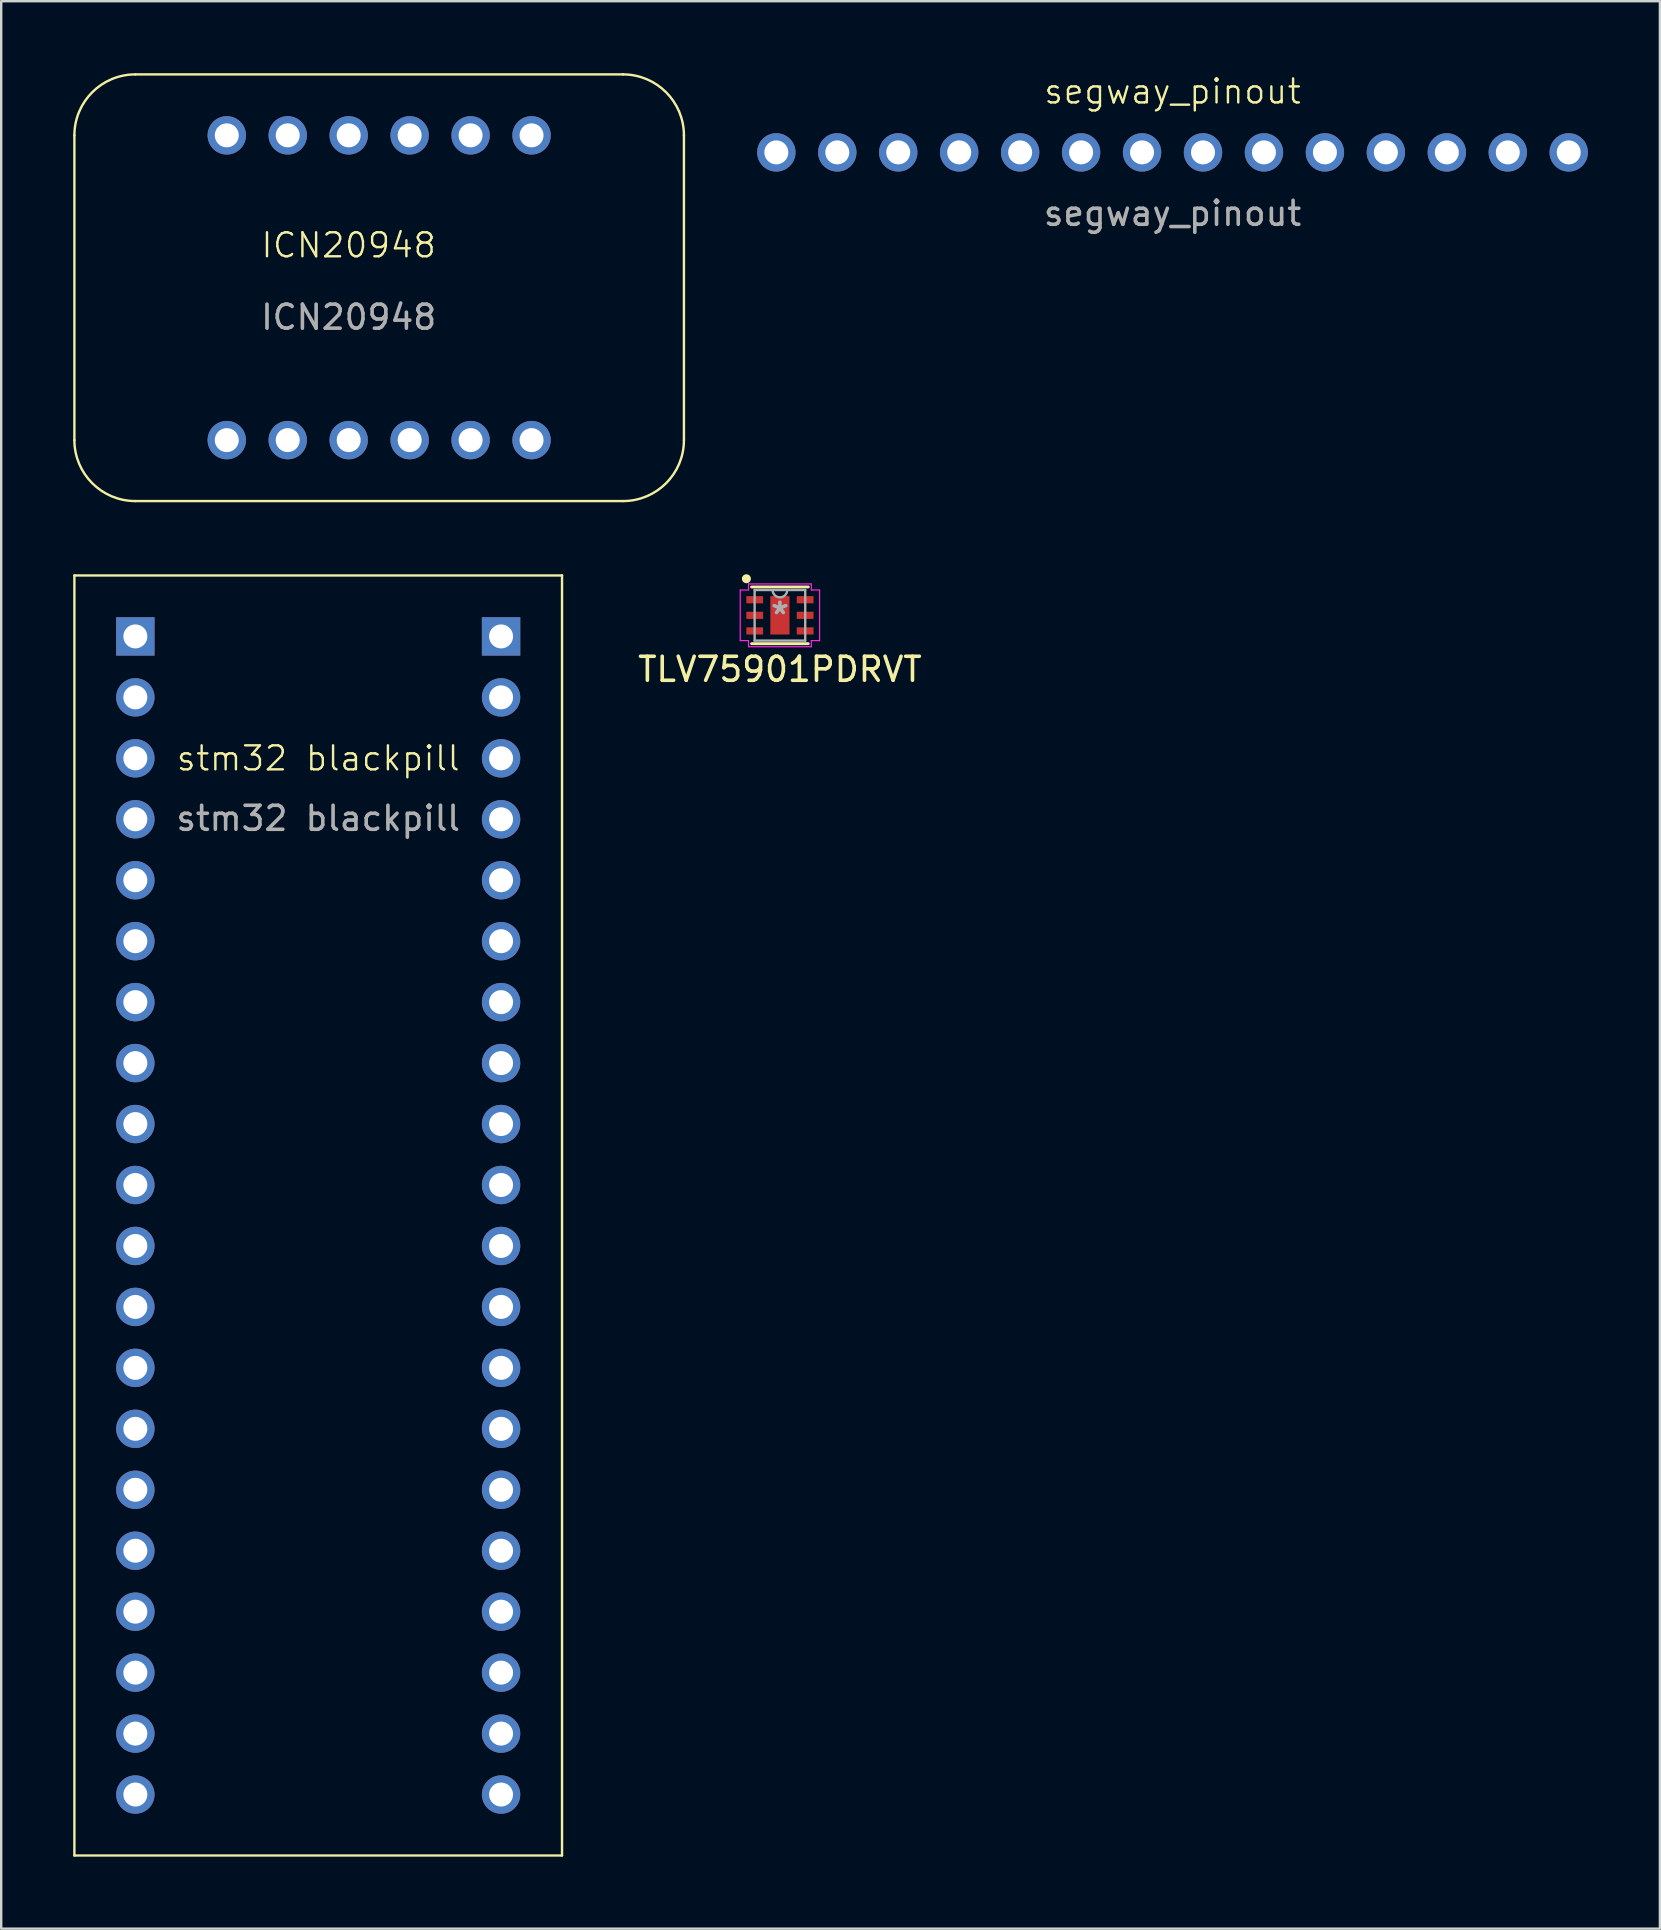
<source format=kicad_pcb>
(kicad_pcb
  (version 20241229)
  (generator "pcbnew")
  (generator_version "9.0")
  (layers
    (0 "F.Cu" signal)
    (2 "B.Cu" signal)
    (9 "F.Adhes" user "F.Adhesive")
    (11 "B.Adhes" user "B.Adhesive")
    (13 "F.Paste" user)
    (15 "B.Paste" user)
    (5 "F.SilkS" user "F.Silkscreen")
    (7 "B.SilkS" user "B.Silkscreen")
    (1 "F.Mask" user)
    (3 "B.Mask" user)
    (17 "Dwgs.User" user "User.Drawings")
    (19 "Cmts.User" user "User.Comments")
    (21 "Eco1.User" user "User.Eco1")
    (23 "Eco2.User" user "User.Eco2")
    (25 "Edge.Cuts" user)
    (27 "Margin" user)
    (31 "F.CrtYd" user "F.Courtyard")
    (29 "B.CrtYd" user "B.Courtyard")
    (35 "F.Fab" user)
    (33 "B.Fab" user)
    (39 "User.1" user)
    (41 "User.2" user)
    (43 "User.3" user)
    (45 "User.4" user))
  (footprint "TLV75901PDRVT"
    (layer "F.Cu")
    (at 29.45 22.591)
    (property "Reference" "TLV75901PDRVT" (at 0 2.25 180) (layer "F.SilkS") (effects (font (size 1 1) (thickness 0.15))))
    (attr through_hole)
    (fp_poly (pts (xy -0.572 -0.864) (xy -0.2 -0.864) (xy -0.2 0.864) (xy -0.572 0.864)) (stroke (width 0.1) (type solid)) (fill yes) (layer "F.Mask"))
    (fp_poly (pts (xy -0.572 -0.864) (xy 0.572 -0.864) (xy 0.572 -0.594) (xy -0.572 -0.594)) (stroke (width 0.1) (type solid)) (fill yes) (layer "F.Mask"))
    (fp_poly (pts (xy -0.572 -0.194) (xy 0.572 -0.194) (xy 0.572 0.194) (xy -0.572 0.194)) (stroke (width 0.1) (type solid)) (fill yes) (layer "F.Mask"))
    (fp_poly (pts (xy -0.572 0.594) (xy 0.572 0.594) (xy 0.572 0.864) (xy -0.572 0.864)) (stroke (width 0.1) (type solid)) (fill yes) (layer "F.Mask"))
    (fp_poly (pts (xy 0.2 -0.864) (xy 0.572 -0.864) (xy 0.572 0.864) (xy 0.2 0.864)) (stroke (width 0.1) (type solid)) (fill yes) (layer "F.Mask"))
    (fp_line (start -1.181 1.181) (end 1.181 1.181) (stroke (width 0.12) (type solid)) (layer "F.SilkS"))
    (fp_line (start 1.181 -1.181) (end -1.181 -1.181) (stroke (width 0.12) (type solid)) (layer "F.SilkS"))
    (fp_circle (center -1.397 -1.524) (end -1.27 -1.524) (stroke (width 0.12) (type solid)) (fill yes) (layer "F.SilkS"))
    (fp_poly (pts (xy -0.433 -0.725) (xy -0.433 -0.494) (xy -0.241 -0.494) (xy -0.1 -0.635) (xy -0.1 -0.725)) (stroke (width 0.1) (type solid)) (fill yes) (layer "F.Paste"))
    (fp_poly (pts (xy -0.433 0.494) (xy -0.433 0.725) (xy -0.1 0.725) (xy -0.1 0.635) (xy -0.241 0.494)) (stroke (width 0.1) (type solid)) (fill yes) (layer "F.Paste"))
    (fp_poly (pts (xy 0.1 -0.725) (xy 0.1 -0.635) (xy 0.241 -0.494) (xy 0.433 -0.494) (xy 0.433 -0.725)) (stroke (width 0.1) (type solid)) (fill yes) (layer "F.Paste"))
    (fp_poly (pts (xy 0.241 0.494) (xy 0.1 0.635) (xy 0.1 0.725) (xy 0.433 0.725) (xy 0.433 0.494)) (stroke (width 0.1) (type solid)) (fill yes) (layer "F.Paste"))
    (fp_poly (pts (xy -0.433 -0.294) (xy -0.433 0.294) (xy -0.241 0.294) (xy -0.1 0.152) (xy -0.1 -0.152) (xy -0.241 -0.294)) (stroke (width 0.1) (type solid)) (fill yes) (layer "F.Paste"))
    (fp_poly (pts (xy 0.241 -0.294) (xy 0.1 -0.152) (xy 0.1 0.152) (xy 0.241 0.294) (xy 0.433 0.294) (xy 0.433 -0.294)) (stroke (width 0.1) (type solid)) (fill yes) (layer "F.Paste"))
    (fp_circle (center 0 -0.394) (end 0.191 -0.394) (stroke (width 0.152) (type solid)) (fill no) (layer "Eco1.User"))
    (fp_circle (center 0 0.394) (end 0.191 0.394) (stroke (width 0.152) (type solid)) (fill no) (layer "Eco1.User"))
    (fp_line (start -1.654 -1.054) (end -1.308 -1.054) (stroke (width 0.05) (type solid)) (layer "F.CrtYd"))
    (fp_line (start -1.654 1.054) (end -1.654 -1.054) (stroke (width 0.05) (type solid)) (layer "F.CrtYd"))
    (fp_line (start -1.654 1.054) (end -1.308 1.054) (stroke (width 0.05) (type solid)) (layer "F.CrtYd"))
    (fp_line (start -1.308 -1.308) (end 1.308 -1.308) (stroke (width 0.05) (type solid)) (layer "F.CrtYd"))
    (fp_line (start -1.308 -1.054) (end -1.308 -1.308) (stroke (width 0.05) (type solid)) (layer "F.CrtYd"))
    (fp_line (start -1.308 1.308) (end -1.308 1.054) (stroke (width 0.05) (type solid)) (layer "F.CrtYd"))
    (fp_line (start 1.308 -1.308) (end 1.308 -1.054) (stroke (width 0.05) (type solid)) (layer "F.CrtYd"))
    (fp_line (start 1.308 1.054) (end 1.308 1.308) (stroke (width 0.05) (type solid)) (layer "F.CrtYd"))
    (fp_line (start 1.308 1.308) (end -1.308 1.308) (stroke (width 0.05) (type solid)) (layer "F.CrtYd"))
    (fp_line (start 1.654 -1.054) (end 1.308 -1.054) (stroke (width 0.05) (type solid)) (layer "F.CrtYd"))
    (fp_line (start 1.654 -1.054) (end 1.654 1.054) (stroke (width 0.05) (type solid)) (layer "F.CrtYd"))
    (fp_line (start 1.654 1.054) (end 1.308 1.054) (stroke (width 0.05) (type solid)) (layer "F.CrtYd"))
    (fp_line (start -1.054 -1.054) (end -1.054 1.054) (stroke (width 0.1) (type solid)) (layer "F.Fab"))
    (fp_line (start -1.054 1.054) (end 1.054 1.054) (stroke (width 0.1) (type solid)) (layer "F.Fab"))
    (fp_line (start 1.054 -1.054) (end -1.054 -1.054) (stroke (width 0.1) (type solid)) (layer "F.Fab"))
    (fp_line (start 1.054 1.054) (end 1.054 -1.054) (stroke (width 0.1) (type solid)) (layer "F.Fab"))
    (fp_arc (start 0.3048 -1.0541) (mid 0 -0.7493) (end -0.3048 -1.0541) (stroke (width 0.1) (type solid)) (layer "F.Fab"))
    (fp_text user "Copyright 2021 Accelerated Designs. All rights reserved." (at 0 0 180) (layer "Cmts.User") (effects (font (size 0.127 0.127) (thickness 0.002))))
    (fp_text user "*" (at 0 0 180) (layer "F.Fab") (effects (font (size 1 1) (thickness 0.15))))
    (pad "1" smd rect (at -1.05 -0.65) (size 0.7 0.3) (layers "F.Cu" "F.Mask" "F.Paste"))
    (pad "2" smd rect (at -1.05 0) (size 0.7 0.3) (layers "F.Cu" "F.Mask" "F.Paste"))
    (pad "3" smd rect (at -1.05 0.65) (size 0.7 0.3) (layers "F.Cu" "F.Mask" "F.Paste"))
    (pad "4" smd rect (at 1.05 0.65) (size 0.7 0.3) (layers "F.Cu" "F.Mask" "F.Paste"))
    (pad "5" smd rect (at 1.05 0) (size 0.7 0.3) (layers "F.Cu" "F.Mask" "F.Paste"))
    (pad "6" smd rect (at 1.05 -0.65) (size 0.7 0.3) (layers "F.Cu" "F.Mask" "F.Paste"))
    (pad "7" smd rect (at 0 0) (size 0.8 1.6) (layers "F.Cu")))
  (footprint "stm32 blackpill"
    (layer "F.Cu")
    (at 10.21 28.55)
    (property "Reference" "stm32 blackpill" (at 0 0 0) (unlocked yes) (layer "F.SilkS") (effects (font (size 1 1) (thickness 0.1))))
    (attr smd)
    (fp_line (start -10.16 -7.62) (end 10.16 -7.62) (stroke (width 0.1) (type default)) (layer "F.SilkS"))
    (fp_line (start -10.16 45.72) (end -10.16 -7.62) (stroke (width 0.1) (type default)) (layer "F.SilkS"))
    (fp_line (start 10.16 -7.62) (end 10.16 45.72) (stroke (width 0.1) (type default)) (layer "F.SilkS"))
    (fp_line (start 10.16 45.72) (end -10.16 45.72) (stroke (width 0.1) (type default)) (layer "F.SilkS"))
    (fp_text user "${REFERENCE}" (at 0 2.5 0) (unlocked yes) (layer "F.Fab") (effects (font (size 1 1) (thickness 0.15))))
    (pad "1" thru_hole rect (at -7.62 -5.08) (size 1.6 1.6) (drill 1) (layers "*.Cu" "*.Mask"))
    (pad "2" thru_hole circle (at -7.62 -2.54) (size 1.6 1.6) (drill 1) (layers "*.Cu" "*.Mask"))
    (pad "3" thru_hole circle (at -7.62 0) (size 1.6 1.6) (drill 1) (layers "*.Cu" "*.Mask"))
    (pad "4" thru_hole circle (at -7.62 2.54) (size 1.6 1.6) (drill 1) (layers "*.Cu" "*.Mask"))
    (pad "5" thru_hole circle (at -7.62 5.08) (size 1.6 1.6) (drill 1) (layers "*.Cu" "*.Mask"))
    (pad "6" thru_hole circle (at -7.62 7.62) (size 1.6 1.6) (drill 1) (layers "*.Cu" "*.Mask"))
    (pad "7" thru_hole circle (at -7.62 10.16) (size 1.6 1.6) (drill 1) (layers "*.Cu" "*.Mask"))
    (pad "8" thru_hole circle (at -7.62 12.7) (size 1.6 1.6) (drill 1) (layers "*.Cu" "*.Mask"))
    (pad "9" thru_hole circle (at -7.62 15.24) (size 1.6 1.6) (drill 1) (layers "*.Cu" "*.Mask"))
    (pad "10" thru_hole circle (at -7.62 17.78) (size 1.6 1.6) (drill 1) (layers "*.Cu" "*.Mask"))
    (pad "11" thru_hole circle (at -7.62 20.32) (size 1.6 1.6) (drill 1) (layers "*.Cu" "*.Mask"))
    (pad "12" thru_hole circle (at -7.62 22.86) (size 1.6 1.6) (drill 1) (layers "*.Cu" "*.Mask"))
    (pad "13" thru_hole circle (at -7.62 25.4) (size 1.6 1.6) (drill 1) (layers "*.Cu" "*.Mask"))
    (pad "14" thru_hole circle (at -7.62 27.94) (size 1.6 1.6) (drill 1) (layers "*.Cu" "*.Mask"))
    (pad "15" thru_hole circle (at -7.62 30.48) (size 1.6 1.6) (drill 1) (layers "*.Cu" "*.Mask"))
    (pad "16" thru_hole circle (at -7.62 33.02) (size 1.6 1.6) (drill 1) (layers "*.Cu" "*.Mask"))
    (pad "17" thru_hole circle (at -7.62 35.56) (size 1.6 1.6) (drill 1) (layers "*.Cu" "*.Mask"))
    (pad "18" thru_hole circle (at -7.62 38.1) (size 1.6 1.6) (drill 1) (layers "*.Cu" "*.Mask"))
    (pad "19" thru_hole circle (at -7.62 40.64) (size 1.6 1.6) (drill 1) (layers "*.Cu" "*.Mask"))
    (pad "20" thru_hole circle (at -7.62 43.18) (size 1.6 1.6) (drill 1) (layers "*.Cu" "*.Mask"))
    (pad "21" thru_hole rect (at 7.62 -5.08) (size 1.6 1.6) (drill 1) (layers "*.Cu" "*.Mask"))
    (pad "22" thru_hole circle (at 7.62 -2.54) (size 1.6 1.6) (drill 1) (layers "*.Cu" "*.Mask"))
    (pad "23" thru_hole circle (at 7.62 0) (size 1.6 1.6) (drill 1) (layers "*.Cu" "*.Mask"))
    (pad "24" thru_hole circle (at 7.62 2.54) (size 1.6 1.6) (drill 1) (layers "*.Cu" "*.Mask"))
    (pad "25" thru_hole circle (at 7.62 5.08) (size 1.6 1.6) (drill 1) (layers "*.Cu" "*.Mask"))
    (pad "26" thru_hole circle (at 7.62 7.62) (size 1.6 1.6) (drill 1) (layers "*.Cu" "*.Mask"))
    (pad "27" thru_hole circle (at 7.62 10.16) (size 1.6 1.6) (drill 1) (layers "*.Cu" "*.Mask"))
    (pad "28" thru_hole circle (at 7.62 12.7) (size 1.6 1.6) (drill 1) (layers "*.Cu" "*.Mask"))
    (pad "29" thru_hole circle (at 7.62 15.24) (size 1.6 1.6) (drill 1) (layers "*.Cu" "*.Mask"))
    (pad "30" thru_hole circle (at 7.62 17.78) (size 1.6 1.6) (drill 1) (layers "*.Cu" "*.Mask"))
    (pad "31" thru_hole circle (at 7.62 20.32) (size 1.6 1.6) (drill 1) (layers "*.Cu" "*.Mask"))
    (pad "32" thru_hole circle (at 7.62 22.86) (size 1.6 1.6) (drill 1) (layers "*.Cu" "*.Mask"))
    (pad "33" thru_hole circle (at 7.62 25.4) (size 1.6 1.6) (drill 1) (layers "*.Cu" "*.Mask"))
    (pad "34" thru_hole circle (at 7.62 27.94) (size 1.6 1.6) (drill 1) (layers "*.Cu" "*.Mask"))
    (pad "35" thru_hole circle (at 7.62 30.48) (size 1.6 1.6) (drill 1) (layers "*.Cu" "*.Mask"))
    (pad "36" thru_hole circle (at 7.62 33.02) (size 1.6 1.6) (drill 1) (layers "*.Cu" "*.Mask"))
    (pad "37" thru_hole circle (at 7.62 35.56) (size 1.6 1.6) (drill 1) (layers "*.Cu" "*.Mask"))
    (pad "38" thru_hole circle (at 7.62 38.1) (size 1.6 1.6) (drill 1) (layers "*.Cu" "*.Mask"))
    (pad "39" thru_hole circle (at 7.62 40.64) (size 1.6 1.6) (drill 1) (layers "*.Cu" "*.Mask"))
    (pad "40" thru_hole circle (at 7.62 43.18) (size 1.6 1.6) (drill 1) (layers "*.Cu" "*.Mask")))
  (footprint "segway_pinout"
    (layer "F.Cu")
    (at 45.81 3.3)
    (property "Reference" "segway_pinout" (at 0 -2.54 0) (unlocked yes) (layer "F.SilkS") (effects (font (size 1 1) (thickness 0.1))))
    (attr smd)
    (fp_text user "${REFERENCE}" (at 0 2.54 0) (unlocked yes) (layer "F.Fab") (effects (font (size 1 1) (thickness 0.15))))
    (pad "1" thru_hole circle (at -16.51 0) (size 1.6 1.6) (drill 1) (layers "*.Cu" "*.Mask"))
    (pad "2" thru_hole circle (at -13.97 0) (size 1.6 1.6) (drill 1) (layers "*.Cu" "*.Mask"))
    (pad "3" thru_hole circle (at -11.43 0) (size 1.6 1.6) (drill 1) (layers "*.Cu" "*.Mask"))
    (pad "4" thru_hole circle (at -8.89 0) (size 1.6 1.6) (drill 1) (layers "*.Cu" "*.Mask"))
    (pad "5" thru_hole circle (at -6.35 0) (size 1.6 1.6) (drill 1) (layers "*.Cu" "*.Mask"))
    (pad "6" thru_hole circle (at -3.81 0) (size 1.6 1.6) (drill 1) (layers "*.Cu" "*.Mask"))
    (pad "7" thru_hole circle (at -1.27 0) (size 1.6 1.6) (drill 1) (layers "*.Cu" "*.Mask"))
    (pad "8" thru_hole circle (at 1.27 0) (size 1.6 1.6) (drill 1) (layers "*.Cu" "*.Mask"))
    (pad "9" thru_hole circle (at 3.81 0) (size 1.6 1.6) (drill 1) (layers "*.Cu" "*.Mask"))
    (pad "10" thru_hole circle (at 6.35 0) (size 1.6 1.6) (drill 1) (layers "*.Cu" "*.Mask"))
    (pad "11" thru_hole circle (at 8.89 0) (size 1.6 1.6) (drill 1) (layers "*.Cu" "*.Mask"))
    (pad "12" thru_hole circle (at 11.43 0) (size 1.6 1.6) (drill 1) (layers "*.Cu" "*.Mask"))
    (pad "13" thru_hole circle (at 13.97 0) (size 1.6 1.6) (drill 1) (layers "*.Cu" "*.Mask"))
    (pad "14" thru_hole circle (at 16.51 0) (size 1.6 1.6) (drill 1) (layers "*.Cu" "*.Mask")))
  (footprint "ICN20948"
    (layer "F.Cu")
    (at 11.48 7.67)
    (property "Reference" "ICN20948" (at 0 -0.5 0) (unlocked yes) (layer "F.SilkS") (effects (font (size 1 1) (thickness 0.1))))
    (attr smd)
    (fp_line (start -11.43 -5.08) (end -11.43 7.62) (stroke (width 0.1) (type default)) (layer "F.SilkS"))
    (fp_line (start -8.89 -7.62) (end 11.43 -7.62) (stroke (width 0.1) (type default)) (layer "F.SilkS"))
    (fp_line (start 11.43 10.16) (end -8.89 10.16) (stroke (width 0.1) (type default)) (layer "F.SilkS"))
    (fp_line (start 13.97 -5.08) (end 13.97 7.62) (stroke (width 0.1) (type default)) (layer "F.SilkS"))
    (fp_arc (start -11.43 -5.08) (mid -10.686051 -6.876051) (end -8.89 -7.62) (stroke (width 0.1) (type default)) (layer "F.SilkS"))
    (fp_arc (start -8.89 10.16) (mid -10.686051 9.416051) (end -11.43 7.62) (stroke (width 0.1) (type default)) (layer "F.SilkS"))
    (fp_arc (start 11.43 -7.62) (mid 13.226051 -6.876051) (end 13.97 -5.08) (stroke (width 0.1) (type default)) (layer "F.SilkS"))
    (fp_arc (start 13.97 7.62) (mid 13.226051 9.416051) (end 11.43 10.16) (stroke (width 0.1) (type default)) (layer "F.SilkS"))
    (fp_text user "${REFERENCE}" (at 0 2.5 0) (unlocked yes) (layer "F.Fab") (effects (font (size 1 1) (thickness 0.15))))
    (pad "1" thru_hole circle (at -5.08 7.62) (size 1.6 1.6) (drill 1) (layers "*.Cu" "*.Mask"))
    (pad "2" thru_hole circle (at -2.54 7.62) (size 1.6 1.6) (drill 1) (layers "*.Cu" "*.Mask"))
    (pad "3" thru_hole circle (at 0 7.62) (size 1.6 1.6) (drill 1) (layers "*.Cu" "*.Mask"))
    (pad "4" thru_hole circle (at 2.54 7.62) (size 1.6 1.6) (drill 1) (layers "*.Cu" "*.Mask"))
    (pad "5" thru_hole circle (at 5.08 7.62) (size 1.6 1.6) (drill 1) (layers "*.Cu" "*.Mask"))
    (pad "6" thru_hole circle (at 7.62 7.62) (size 1.6 1.6) (drill 1) (layers "*.Cu" "*.Mask"))
    (pad "7" thru_hole circle (at -5.08 -5.08) (size 1.6 1.6) (drill 1) (layers "*.Cu" "*.Mask"))
    (pad "8" thru_hole circle (at -2.54 -5.08) (size 1.6 1.6) (drill 1) (layers "*.Cu" "*.Mask"))
    (pad "9" thru_hole circle (at 0 -5.08) (size 1.6 1.6) (drill 1) (layers "*.Cu" "*.Mask"))
    (pad "10" thru_hole circle (at 2.54 -5.08) (size 1.6 1.6) (drill 1) (layers "*.Cu" "*.Mask"))
    (pad "11" thru_hole circle (at 5.08 -5.08) (size 1.6 1.6) (drill 1) (layers "*.Cu" "*.Mask"))
    (pad "12" thru_hole circle (at 7.62 -5.08) (size 1.6 1.6) (drill 1) (layers "*.Cu" "*.Mask")))
  (gr_rect
    (start -3 -3)
    (end 66.12 77.32)
    (stroke (width 0.1) (type default))
    (fill no)
    (layer "Edge.Cuts")))
</source>
